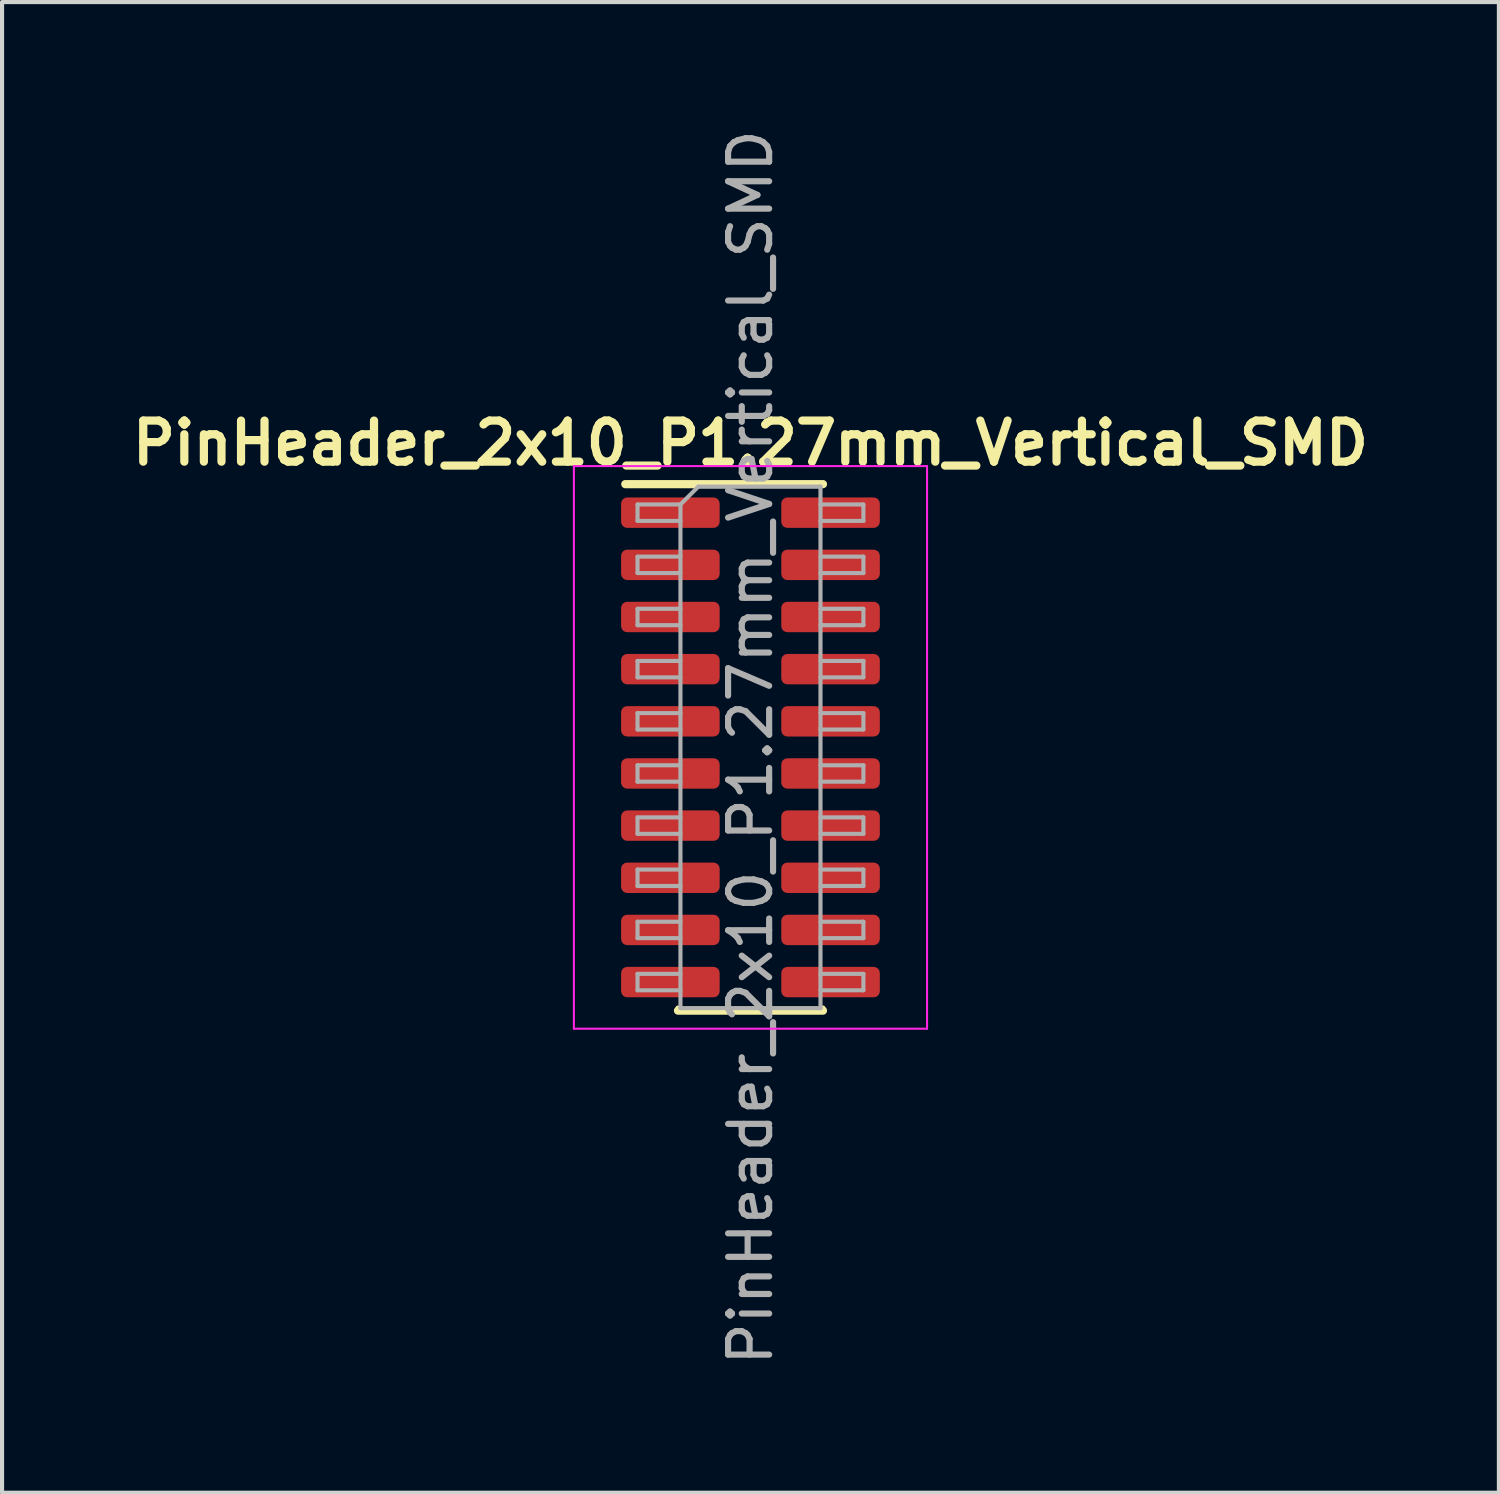
<source format=kicad_pcb>
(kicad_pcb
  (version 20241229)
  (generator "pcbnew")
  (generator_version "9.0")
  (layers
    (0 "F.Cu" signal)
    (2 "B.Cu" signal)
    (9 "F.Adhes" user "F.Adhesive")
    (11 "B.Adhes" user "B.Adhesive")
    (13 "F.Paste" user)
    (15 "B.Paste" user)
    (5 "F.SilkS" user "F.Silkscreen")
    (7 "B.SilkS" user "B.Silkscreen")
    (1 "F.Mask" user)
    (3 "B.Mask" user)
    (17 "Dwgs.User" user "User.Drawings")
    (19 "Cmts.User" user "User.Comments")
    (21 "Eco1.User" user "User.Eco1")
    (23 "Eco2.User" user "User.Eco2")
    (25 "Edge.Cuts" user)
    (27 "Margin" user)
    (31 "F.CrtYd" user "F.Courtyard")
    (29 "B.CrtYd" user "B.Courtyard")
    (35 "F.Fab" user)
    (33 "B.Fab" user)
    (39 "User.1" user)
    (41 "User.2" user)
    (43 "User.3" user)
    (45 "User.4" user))
  (footprint "PinHeader_2x10_P1.27mm_Vertical_SMD"
    (layer "F.Cu")
    (at 15.224 15.149)
    (property "Reference" "PinHeader_2x10_P1.27mm_Vertical_SMD" (at 0 -7.41 0) (layer "F.SilkS") (effects (font (size 1 1) (thickness 0.2))))
    (attr smd)
    (fp_line (start -3.048 -6.41) (end 1.765 -6.41) (stroke (width 0.2) (type solid)) (layer "F.SilkS"))
    (fp_line (start -1.765 6.345) (end -1.765 6.41) (stroke (width 0.12) (type solid)) (layer "F.SilkS"))
    (fp_line (start -1.765 6.41) (end 1.765 6.41) (stroke (width 0.2) (type solid)) (layer "F.SilkS"))
    (fp_line (start 1.765 6.345) (end 1.765 6.41) (stroke (width 0.12) (type solid)) (layer "F.SilkS"))
    (fp_line (start -4.3 -6.85) (end -4.3 6.85) (stroke (width 0.05) (type solid)) (layer "F.CrtYd"))
    (fp_line (start -4.3 6.85) (end 4.3 6.85) (stroke (width 0.05) (type solid)) (layer "F.CrtYd"))
    (fp_line (start 4.3 -6.85) (end -4.3 -6.85) (stroke (width 0.05) (type solid)) (layer "F.CrtYd"))
    (fp_line (start 4.3 6.85) (end 4.3 -6.85) (stroke (width 0.05) (type solid)) (layer "F.CrtYd"))
    (fp_line (start -2.75 -5.915) (end -2.75 -5.515) (stroke (width 0.1) (type solid)) (layer "F.Fab"))
    (fp_line (start -2.75 -5.515) (end -1.705 -5.515) (stroke (width 0.1) (type solid)) (layer "F.Fab"))
    (fp_line (start -2.75 -4.645) (end -2.75 -4.245) (stroke (width 0.1) (type solid)) (layer "F.Fab"))
    (fp_line (start -2.75 -4.245) (end -1.705 -4.245) (stroke (width 0.1) (type solid)) (layer "F.Fab"))
    (fp_line (start -2.75 -3.375) (end -2.75 -2.975) (stroke (width 0.1) (type solid)) (layer "F.Fab"))
    (fp_line (start -2.75 -2.975) (end -1.705 -2.975) (stroke (width 0.1) (type solid)) (layer "F.Fab"))
    (fp_line (start -2.75 -2.105) (end -2.75 -1.705) (stroke (width 0.1) (type solid)) (layer "F.Fab"))
    (fp_line (start -2.75 -1.705) (end -1.705 -1.705) (stroke (width 0.1) (type solid)) (layer "F.Fab"))
    (fp_line (start -2.75 -0.835) (end -2.75 -0.435) (stroke (width 0.1) (type solid)) (layer "F.Fab"))
    (fp_line (start -2.75 -0.435) (end -1.705 -0.435) (stroke (width 0.1) (type solid)) (layer "F.Fab"))
    (fp_line (start -2.75 0.435) (end -2.75 0.835) (stroke (width 0.1) (type solid)) (layer "F.Fab"))
    (fp_line (start -2.75 0.835) (end -1.705 0.835) (stroke (width 0.1) (type solid)) (layer "F.Fab"))
    (fp_line (start -2.75 1.705) (end -2.75 2.105) (stroke (width 0.1) (type solid)) (layer "F.Fab"))
    (fp_line (start -2.75 2.105) (end -1.705 2.105) (stroke (width 0.1) (type solid)) (layer "F.Fab"))
    (fp_line (start -2.75 2.975) (end -2.75 3.375) (stroke (width 0.1) (type solid)) (layer "F.Fab"))
    (fp_line (start -2.75 3.375) (end -1.705 3.375) (stroke (width 0.1) (type solid)) (layer "F.Fab"))
    (fp_line (start -2.75 4.245) (end -2.75 4.645) (stroke (width 0.1) (type solid)) (layer "F.Fab"))
    (fp_line (start -2.75 4.645) (end -1.705 4.645) (stroke (width 0.1) (type solid)) (layer "F.Fab"))
    (fp_line (start -2.75 5.515) (end -2.75 5.915) (stroke (width 0.1) (type solid)) (layer "F.Fab"))
    (fp_line (start -2.75 5.915) (end -1.705 5.915) (stroke (width 0.1) (type solid)) (layer "F.Fab"))
    (fp_line (start -1.705 -5.915) (end -2.75 -5.915) (stroke (width 0.1) (type solid)) (layer "F.Fab"))
    (fp_line (start -1.705 -5.915) (end -1.27 -6.35) (stroke (width 0.1) (type solid)) (layer "F.Fab"))
    (fp_line (start -1.705 -4.645) (end -2.75 -4.645) (stroke (width 0.1) (type solid)) (layer "F.Fab"))
    (fp_line (start -1.705 -3.375) (end -2.75 -3.375) (stroke (width 0.1) (type solid)) (layer "F.Fab"))
    (fp_line (start -1.705 -2.105) (end -2.75 -2.105) (stroke (width 0.1) (type solid)) (layer "F.Fab"))
    (fp_line (start -1.705 -0.835) (end -2.75 -0.835) (stroke (width 0.1) (type solid)) (layer "F.Fab"))
    (fp_line (start -1.705 0.435) (end -2.75 0.435) (stroke (width 0.1) (type solid)) (layer "F.Fab"))
    (fp_line (start -1.705 1.705) (end -2.75 1.705) (stroke (width 0.1) (type solid)) (layer "F.Fab"))
    (fp_line (start -1.705 2.975) (end -2.75 2.975) (stroke (width 0.1) (type solid)) (layer "F.Fab"))
    (fp_line (start -1.705 4.245) (end -2.75 4.245) (stroke (width 0.1) (type solid)) (layer "F.Fab"))
    (fp_line (start -1.705 5.515) (end -2.75 5.515) (stroke (width 0.1) (type solid)) (layer "F.Fab"))
    (fp_line (start -1.705 6.35) (end -1.705 -5.915) (stroke (width 0.1) (type solid)) (layer "F.Fab"))
    (fp_line (start -1.27 -6.35) (end 1.705 -6.35) (stroke (width 0.1) (type solid)) (layer "F.Fab"))
    (fp_line (start 1.705 -6.35) (end 1.705 6.35) (stroke (width 0.1) (type solid)) (layer "F.Fab"))
    (fp_line (start 1.705 -5.915) (end 2.75 -5.915) (stroke (width 0.1) (type solid)) (layer "F.Fab"))
    (fp_line (start 1.705 -4.645) (end 2.75 -4.645) (stroke (width 0.1) (type solid)) (layer "F.Fab"))
    (fp_line (start 1.705 -3.375) (end 2.75 -3.375) (stroke (width 0.1) (type solid)) (layer "F.Fab"))
    (fp_line (start 1.705 -2.105) (end 2.75 -2.105) (stroke (width 0.1) (type solid)) (layer "F.Fab"))
    (fp_line (start 1.705 -0.835) (end 2.75 -0.835) (stroke (width 0.1) (type solid)) (layer "F.Fab"))
    (fp_line (start 1.705 0.435) (end 2.75 0.435) (stroke (width 0.1) (type solid)) (layer "F.Fab"))
    (fp_line (start 1.705 1.705) (end 2.75 1.705) (stroke (width 0.1) (type solid)) (layer "F.Fab"))
    (fp_line (start 1.705 2.975) (end 2.75 2.975) (stroke (width 0.1) (type solid)) (layer "F.Fab"))
    (fp_line (start 1.705 4.245) (end 2.75 4.245) (stroke (width 0.1) (type solid)) (layer "F.Fab"))
    (fp_line (start 1.705 5.515) (end 2.75 5.515) (stroke (width 0.1) (type solid)) (layer "F.Fab"))
    (fp_line (start 1.705 6.35) (end -1.705 6.35) (stroke (width 0.1) (type solid)) (layer "F.Fab"))
    (fp_line (start 2.75 -5.915) (end 2.75 -5.515) (stroke (width 0.1) (type solid)) (layer "F.Fab"))
    (fp_line (start 2.75 -5.515) (end 1.705 -5.515) (stroke (width 0.1) (type solid)) (layer "F.Fab"))
    (fp_line (start 2.75 -4.645) (end 2.75 -4.245) (stroke (width 0.1) (type solid)) (layer "F.Fab"))
    (fp_line (start 2.75 -4.245) (end 1.705 -4.245) (stroke (width 0.1) (type solid)) (layer "F.Fab"))
    (fp_line (start 2.75 -3.375) (end 2.75 -2.975) (stroke (width 0.1) (type solid)) (layer "F.Fab"))
    (fp_line (start 2.75 -2.975) (end 1.705 -2.975) (stroke (width 0.1) (type solid)) (layer "F.Fab"))
    (fp_line (start 2.75 -2.105) (end 2.75 -1.705) (stroke (width 0.1) (type solid)) (layer "F.Fab"))
    (fp_line (start 2.75 -1.705) (end 1.705 -1.705) (stroke (width 0.1) (type solid)) (layer "F.Fab"))
    (fp_line (start 2.75 -0.835) (end 2.75 -0.435) (stroke (width 0.1) (type solid)) (layer "F.Fab"))
    (fp_line (start 2.75 -0.435) (end 1.705 -0.435) (stroke (width 0.1) (type solid)) (layer "F.Fab"))
    (fp_line (start 2.75 0.435) (end 2.75 0.835) (stroke (width 0.1) (type solid)) (layer "F.Fab"))
    (fp_line (start 2.75 0.835) (end 1.705 0.835) (stroke (width 0.1) (type solid)) (layer "F.Fab"))
    (fp_line (start 2.75 1.705) (end 2.75 2.105) (stroke (width 0.1) (type solid)) (layer "F.Fab"))
    (fp_line (start 2.75 2.105) (end 1.705 2.105) (stroke (width 0.1) (type solid)) (layer "F.Fab"))
    (fp_line (start 2.75 2.975) (end 2.75 3.375) (stroke (width 0.1) (type solid)) (layer "F.Fab"))
    (fp_line (start 2.75 3.375) (end 1.705 3.375) (stroke (width 0.1) (type solid)) (layer "F.Fab"))
    (fp_line (start 2.75 4.245) (end 2.75 4.645) (stroke (width 0.1) (type solid)) (layer "F.Fab"))
    (fp_line (start 2.75 4.645) (end 1.705 4.645) (stroke (width 0.1) (type solid)) (layer "F.Fab"))
    (fp_line (start 2.75 5.515) (end 2.75 5.915) (stroke (width 0.1) (type solid)) (layer "F.Fab"))
    (fp_line (start 2.75 5.915) (end 1.705 5.915) (stroke (width 0.1) (type solid)) (layer "F.Fab"))
    (fp_text user "${REFERENCE}" (at 0 0 90) (layer "F.Fab") (effects (font (size 1 1) (thickness 0.15))))
    (pad "1" smd roundrect (at -1.95 -5.715) (size 2.4 0.74) (layers "F.Cu" "F.Mask" "F.Paste") (roundrect_rratio 0.2))
    (pad "2" smd roundrect (at 1.95 -5.715) (size 2.4 0.74) (layers "F.Cu" "F.Mask" "F.Paste") (roundrect_rratio 0.2))
    (pad "3" smd roundrect (at -1.95 -4.445) (size 2.4 0.74) (layers "F.Cu" "F.Mask" "F.Paste") (roundrect_rratio 0.2))
    (pad "4" smd roundrect (at 1.95 -4.445) (size 2.4 0.74) (layers "F.Cu" "F.Mask" "F.Paste") (roundrect_rratio 0.2))
    (pad "5" smd roundrect (at -1.95 -3.175) (size 2.4 0.74) (layers "F.Cu" "F.Mask" "F.Paste") (roundrect_rratio 0.2))
    (pad "6" smd roundrect (at 1.95 -3.175) (size 2.4 0.74) (layers "F.Cu" "F.Mask" "F.Paste") (roundrect_rratio 0.2))
    (pad "7" smd roundrect (at -1.95 -1.905) (size 2.4 0.74) (layers "F.Cu" "F.Mask" "F.Paste") (roundrect_rratio 0.2))
    (pad "8" smd roundrect (at 1.95 -1.905) (size 2.4 0.74) (layers "F.Cu" "F.Mask" "F.Paste") (roundrect_rratio 0.2))
    (pad "9" smd roundrect (at -1.95 -0.635) (size 2.4 0.74) (layers "F.Cu" "F.Mask" "F.Paste") (roundrect_rratio 0.2))
    (pad "10" smd roundrect (at 1.95 -0.635) (size 2.4 0.74) (layers "F.Cu" "F.Mask" "F.Paste") (roundrect_rratio 0.2))
    (pad "11" smd roundrect (at -1.95 0.635) (size 2.4 0.74) (layers "F.Cu" "F.Mask" "F.Paste") (roundrect_rratio 0.2))
    (pad "12" smd roundrect (at 1.95 0.635) (size 2.4 0.74) (layers "F.Cu" "F.Mask" "F.Paste") (roundrect_rratio 0.2))
    (pad "13" smd roundrect (at -1.95 1.905) (size 2.4 0.74) (layers "F.Cu" "F.Mask" "F.Paste") (roundrect_rratio 0.2))
    (pad "14" smd roundrect (at 1.95 1.905) (size 2.4 0.74) (layers "F.Cu" "F.Mask" "F.Paste") (roundrect_rratio 0.2))
    (pad "15" smd roundrect (at -1.95 3.175) (size 2.4 0.74) (layers "F.Cu" "F.Mask" "F.Paste") (roundrect_rratio 0.2))
    (pad "16" smd roundrect (at 1.95 3.175) (size 2.4 0.74) (layers "F.Cu" "F.Mask" "F.Paste") (roundrect_rratio 0.2))
    (pad "17" smd roundrect (at -1.95 4.445) (size 2.4 0.74) (layers "F.Cu" "F.Mask" "F.Paste") (roundrect_rratio 0.2))
    (pad "18" smd roundrect (at 1.95 4.445) (size 2.4 0.74) (layers "F.Cu" "F.Mask" "F.Paste") (roundrect_rratio 0.2))
    (pad "19" smd roundrect (at -1.95 5.715) (size 2.4 0.74) (layers "F.Cu" "F.Mask" "F.Paste") (roundrect_rratio 0.2))
    (pad "20" smd roundrect (at 1.95 5.715) (size 2.4 0.74) (layers "F.Cu" "F.Mask" "F.Paste") (roundrect_rratio 0.2)))
  (gr_rect
    (start -3 -3)
    (end 33.448 33.298)
    (stroke (width 0.1) (type default))
    (fill no)
    (layer "Edge.Cuts")))
</source>
